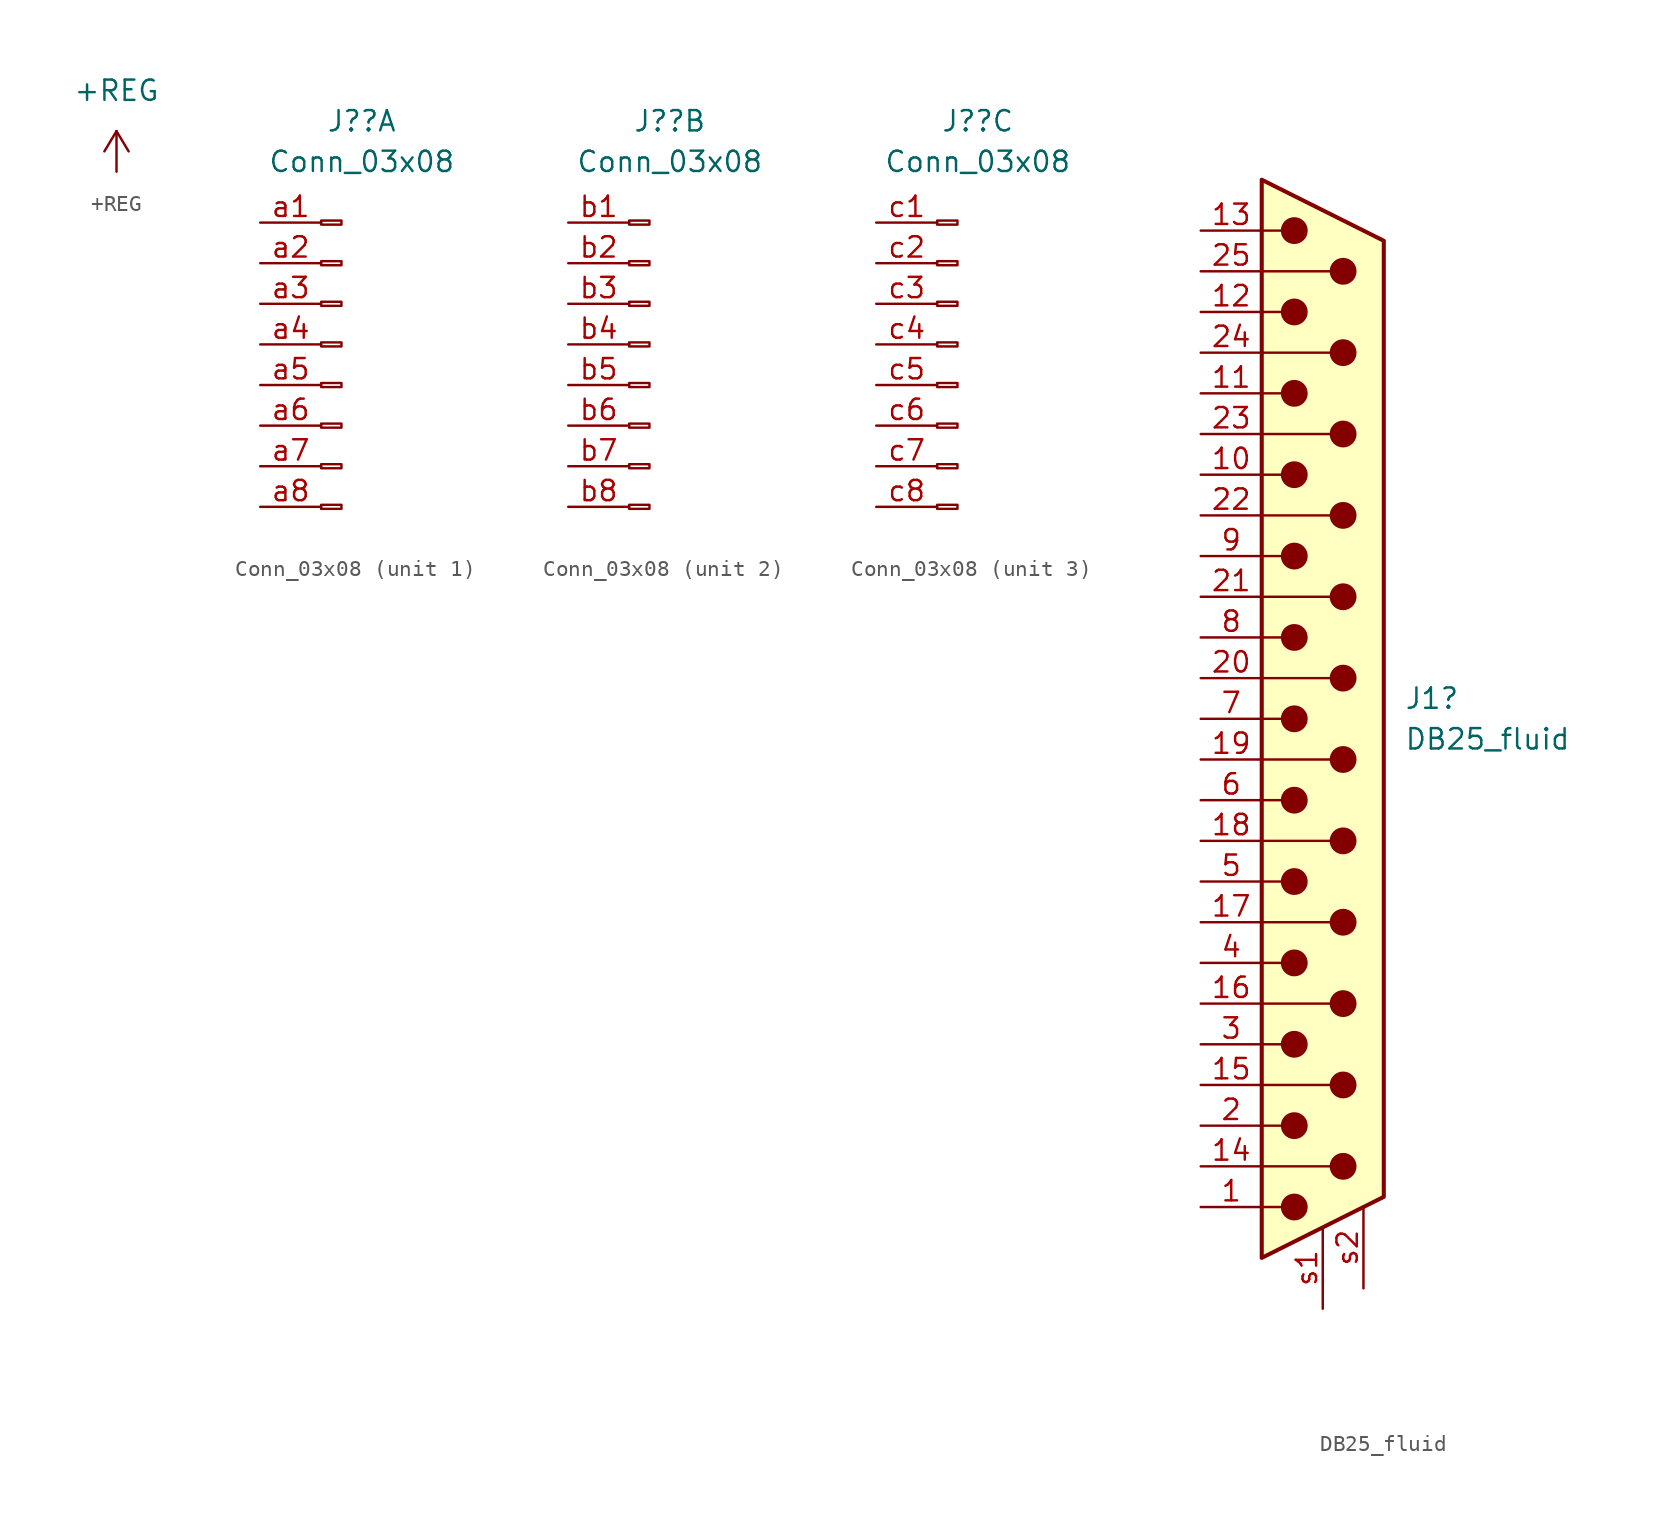
<source format=kicad_sym>
(kicad_symbol_lib
  (version 20211014)
  (generator kicad_symbol_editor)
  (symbol "+REG"
    (power)
    (pin_names
      (offset 0))
    (property "Reference" "#PWR?"
      (at 0 -3.81 0)
      (effects (font (size 1.27 1.27)) hide))
    (property "Value" "+REG"
      (at 0 5.08 0)
      (effects (font (size 1.27 1.27))))
    (symbol "+REG_0_1"
      (polyline (pts (xy -0.762 1.27) (xy 0 2.54)) (stroke (width 0) (type default) (color 0 0 0 0)) (fill (type none)))
      (polyline (pts (xy 0 0) (xy 0 2.54)) (stroke (width 0) (type default) (color 0 0 0 0)) (fill (type none)))
      (polyline (pts (xy 0 2.54) (xy 0.762 1.27)) (stroke (width 0) (type default) (color 0 0 0 0)) (fill (type none))))
    (symbol "+REG_1_1"
      (pin power_in line (at 0 0 90) (length 0) hide (name "+RAW" (effects (font (size 1.27 1.27)))) (number "1" (effects (font (size 1.27 1.27)))))))
  (symbol "Conn_03x08"
    (pin_names
      (offset 1.016) hide)
    (property "Reference" "J?"
      (at 1.27 13.97 0)
      (effects (font (size 1.27 1.27))))
    (property "Value" "Conn_03x08"
      (at 1.27 11.43 0)
      (effects (font (size 1.27 1.27))))
    (symbol "Conn_03x08_1_1"
      (rectangle (start -1.27 -10.033) (end 0 -10.287) (stroke (width 0.152) (type default) (color 0 0 0 0)) (fill (type none)))
      (rectangle (start -1.27 -7.493) (end 0 -7.747) (stroke (width 0.152) (type default) (color 0 0 0 0)) (fill (type none)))
      (rectangle (start -1.27 -4.953) (end 0 -5.207) (stroke (width 0.152) (type default) (color 0 0 0 0)) (fill (type none)))
      (rectangle (start -1.27 -2.413) (end 0 -2.667) (stroke (width 0.152) (type default) (color 0 0 0 0)) (fill (type none)))
      (rectangle (start -1.27 0.127) (end 0 -0.127) (stroke (width 0.152) (type default) (color 0 0 0 0)) (fill (type none)))
      (rectangle (start -1.27 2.667) (end 0 2.413) (stroke (width 0.152) (type default) (color 0 0 0 0)) (fill (type none)))
      (rectangle (start -1.27 5.207) (end 0 4.953) (stroke (width 0.152) (type default) (color 0 0 0 0)) (fill (type none)))
      (rectangle (start -1.27 7.747) (end 0 7.493) (stroke (width 0.152) (type default) (color 0 0 0 0)) (fill (type none)))
      (pin passive line (at -5.08 7.62 0) (length 3.81) (name "Pin_a1" (effects (font (size 1.27 1.27)))) (number "a1" (effects (font (size 1.27 1.27)))))
      (pin passive line (at -5.08 5.08 0) (length 3.81) (name "Pin_a2" (effects (font (size 1.27 1.27)))) (number "a2" (effects (font (size 1.27 1.27)))))
      (pin passive line (at -5.08 2.54 0) (length 3.81) (name "Pin_a3" (effects (font (size 1.27 1.27)))) (number "a3" (effects (font (size 1.27 1.27)))))
      (pin passive line (at -5.08 0 0) (length 3.81) (name "Pin_a4" (effects (font (size 1.27 1.27)))) (number "a4" (effects (font (size 1.27 1.27)))))
      (pin passive line (at -5.08 -2.54 0) (length 3.81) (name "Pin_a5" (effects (font (size 1.27 1.27)))) (number "a5" (effects (font (size 1.27 1.27)))))
      (pin passive line (at -5.08 -5.08 0) (length 3.81) (name "Pin_a6" (effects (font (size 1.27 1.27)))) (number "a6" (effects (font (size 1.27 1.27)))))
      (pin passive line (at -5.08 -7.62 0) (length 3.81) (name "Pin_a7" (effects (font (size 1.27 1.27)))) (number "a7" (effects (font (size 1.27 1.27)))))
      (pin passive line (at -5.08 -10.16 0) (length 3.81) (name "Pin_a8" (effects (font (size 1.27 1.27)))) (number "a8" (effects (font (size 1.27 1.27))))))
    (symbol "Conn_03x08_2_1"
      (rectangle (start 0 -10.287) (end -1.27 -10.033) (stroke (width 0.152) (type default) (color 0 0 0 0)) (fill (type none)))
      (rectangle (start 0 -7.747) (end -1.27 -7.493) (stroke (width 0.152) (type default) (color 0 0 0 0)) (fill (type none)))
      (rectangle (start 0 -5.207) (end -1.27 -4.953) (stroke (width 0.152) (type default) (color 0 0 0 0)) (fill (type none)))
      (rectangle (start 0 -2.667) (end -1.27 -2.413) (stroke (width 0.152) (type default) (color 0 0 0 0)) (fill (type none)))
      (rectangle (start 0 -0.127) (end -1.27 0.127) (stroke (width 0.152) (type default) (color 0 0 0 0)) (fill (type none)))
      (rectangle (start 0 2.413) (end -1.27 2.667) (stroke (width 0.152) (type default) (color 0 0 0 0)) (fill (type none)))
      (rectangle (start 0 4.953) (end -1.27 5.207) (stroke (width 0.152) (type default) (color 0 0 0 0)) (fill (type none)))
      (rectangle (start 0 7.493) (end -1.27 7.747) (stroke (width 0.152) (type default) (color 0 0 0 0)) (fill (type none)))
      (pin passive line (at -5.08 7.62 0) (length 3.81) (name "Pin_b1" (effects (font (size 1.27 1.27)))) (number "b1" (effects (font (size 1.27 1.27)))))
      (pin passive line (at -5.08 5.08 0) (length 3.81) (name "Pin_b2" (effects (font (size 1.27 1.27)))) (number "b2" (effects (font (size 1.27 1.27)))))
      (pin passive line (at -5.08 2.54 0) (length 3.81) (name "Pin_b3" (effects (font (size 1.27 1.27)))) (number "b3" (effects (font (size 1.27 1.27)))))
      (pin passive line (at -5.08 0 0) (length 3.81) (name "Pin_b4" (effects (font (size 1.27 1.27)))) (number "b4" (effects (font (size 1.27 1.27)))))
      (pin passive line (at -5.08 -2.54 0) (length 3.81) (name "Pin_b5" (effects (font (size 1.27 1.27)))) (number "b5" (effects (font (size 1.27 1.27)))))
      (pin passive line (at -5.08 -5.08 0) (length 3.81) (name "Pin_b6" (effects (font (size 1.27 1.27)))) (number "b6" (effects (font (size 1.27 1.27)))))
      (pin passive line (at -5.08 -7.62 0) (length 3.81) (name "Pin_b7" (effects (font (size 1.27 1.27)))) (number "b7" (effects (font (size 1.27 1.27)))))
      (pin passive line (at -5.08 -10.16 0) (length 3.81) (name "Pin_b8" (effects (font (size 1.27 1.27)))) (number "b8" (effects (font (size 1.27 1.27))))))
    (symbol "Conn_03x08_3_1"
      (rectangle (start -1.27 -10.033) (end 0 -10.287) (stroke (width 0.152) (type default) (color 0 0 0 0)) (fill (type none)))
      (rectangle (start -1.27 -7.493) (end 0 -7.747) (stroke (width 0.152) (type default) (color 0 0 0 0)) (fill (type none)))
      (rectangle (start -1.27 -4.953) (end 0 -5.207) (stroke (width 0.152) (type default) (color 0 0 0 0)) (fill (type none)))
      (rectangle (start -1.27 -2.413) (end 0 -2.667) (stroke (width 0.152) (type default) (color 0 0 0 0)) (fill (type none)))
      (rectangle (start -1.27 0.127) (end 0 -0.127) (stroke (width 0.152) (type default) (color 0 0 0 0)) (fill (type none)))
      (rectangle (start -1.27 2.667) (end 0 2.413) (stroke (width 0.152) (type default) (color 0 0 0 0)) (fill (type none)))
      (rectangle (start -1.27 5.207) (end 0 4.953) (stroke (width 0.152) (type default) (color 0 0 0 0)) (fill (type none)))
      (rectangle (start -1.27 7.747) (end 0 7.493) (stroke (width 0.152) (type default) (color 0 0 0 0)) (fill (type none)))
      (pin passive line (at -5.08 7.62 0) (length 3.81) (name "Pin_c1" (effects (font (size 1.27 1.27)))) (number "c1" (effects (font (size 1.27 1.27)))))
      (pin passive line (at -5.08 5.08 0) (length 3.81) (name "Pin_c2" (effects (font (size 1.27 1.27)))) (number "c2" (effects (font (size 1.27 1.27)))))
      (pin passive line (at -5.08 2.54 0) (length 3.81) (name "Pin_c3" (effects (font (size 1.27 1.27)))) (number "c3" (effects (font (size 1.27 1.27)))))
      (pin passive line (at -5.08 0 0) (length 3.81) (name "Pin_c4" (effects (font (size 1.27 1.27)))) (number "c4" (effects (font (size 1.27 1.27)))))
      (pin passive line (at -5.08 -2.54 0) (length 3.81) (name "Pin_c5" (effects (font (size 1.27 1.27)))) (number "c5" (effects (font (size 1.27 1.27)))))
      (pin passive line (at -5.08 -5.08 0) (length 3.81) (name "Pin_c6" (effects (font (size 1.27 1.27)))) (number "c6" (effects (font (size 1.27 1.27)))))
      (pin passive line (at -5.08 -7.62 0) (length 3.81) (name "Pin_c7" (effects (font (size 1.27 1.27)))) (number "c7" (effects (font (size 1.27 1.27)))))
      (pin passive line (at -5.08 -10.16 0) (length 3.81) (name "Pin_c8" (effects (font (size 1.27 1.27)))) (number "c8" (effects (font (size 1.27 1.27)))))))
  (symbol "DB25_fluid"
    (pin_names
      (offset 1.016) hide)
    (property "Reference" "J1"
      (at 5.08 1.27 0)
      (effects (font (size 1.27 1.27)) (justify left)))
    (property "Value" "DB25_fluid"
      (at 5.08 -1.27 0)
      (effects (font (size 1.27 1.27)) (justify left)))
    (symbol "DB25_fluid_0_1"
      (circle (center -1.778 -30.48) (radius 0.762) (stroke (width 0) (type default) (color 0 0 0 0)) (fill (type outline)))
      (circle (center -1.778 -25.4) (radius 0.762) (stroke (width 0) (type default) (color 0 0 0 0)) (fill (type outline)))
      (circle (center -1.778 -20.32) (radius 0.762) (stroke (width 0) (type default) (color 0 0 0 0)) (fill (type outline)))
      (circle (center -1.778 -15.24) (radius 0.762) (stroke (width 0) (type default) (color 0 0 0 0)) (fill (type outline)))
      (circle (center -1.778 -10.16) (radius 0.762) (stroke (width 0) (type default) (color 0 0 0 0)) (fill (type outline)))
      (circle (center -1.778 -5.08) (radius 0.762) (stroke (width 0) (type default) (color 0 0 0 0)) (fill (type outline)))
      (circle (center -1.778 0) (radius 0.762) (stroke (width 0) (type default) (color 0 0 0 0)) (fill (type outline)))
      (circle (center -1.778 5.08) (radius 0.762) (stroke (width 0) (type default) (color 0 0 0 0)) (fill (type outline)))
      (circle (center -1.778 10.16) (radius 0.762) (stroke (width 0) (type default) (color 0 0 0 0)) (fill (type outline)))
      (circle (center -1.778 15.24) (radius 0.762) (stroke (width 0) (type default) (color 0 0 0 0)) (fill (type outline)))
      (circle (center -1.778 20.32) (radius 0.762) (stroke (width 0) (type default) (color 0 0 0 0)) (fill (type outline)))
      (circle (center -1.778 25.4) (radius 0.762) (stroke (width 0) (type default) (color 0 0 0 0)) (fill (type outline)))
      (circle (center -1.778 30.48) (radius 0.762) (stroke (width 0) (type default) (color 0 0 0 0)) (fill (type outline)))
      (polyline (pts (xy -3.81 -30.48) (xy -2.54 -30.48)) (stroke (width 0) (type default) (color 0 0 0 0)) (fill (type none)))
      (polyline (pts (xy -3.81 -27.94) (xy 0.508 -27.94)) (stroke (width 0) (type default) (color 0 0 0 0)) (fill (type none)))
      (polyline (pts (xy -3.81 -25.4) (xy -2.54 -25.4)) (stroke (width 0) (type default) (color 0 0 0 0)) (fill (type none)))
      (polyline (pts (xy -3.81 -22.86) (xy 0.508 -22.86)) (stroke (width 0) (type default) (color 0 0 0 0)) (fill (type none)))
      (polyline (pts (xy -3.81 -20.32) (xy -2.54 -20.32)) (stroke (width 0) (type default) (color 0 0 0 0)) (fill (type none)))
      (polyline (pts (xy -3.81 -17.78) (xy 0.508 -17.78)) (stroke (width 0) (type default) (color 0 0 0 0)) (fill (type none)))
      (polyline (pts (xy -3.81 -15.24) (xy -2.54 -15.24)) (stroke (width 0) (type default) (color 0 0 0 0)) (fill (type none)))
      (polyline (pts (xy -3.81 -12.7) (xy 0.508 -12.7)) (stroke (width 0) (type default) (color 0 0 0 0)) (fill (type none)))
      (polyline (pts (xy -3.81 -10.16) (xy -2.54 -10.16)) (stroke (width 0) (type default) (color 0 0 0 0)) (fill (type none)))
      (polyline (pts (xy -3.81 -7.62) (xy 0.508 -7.62)) (stroke (width 0) (type default) (color 0 0 0 0)) (fill (type none)))
      (polyline (pts (xy -3.81 -5.08) (xy -2.54 -5.08)) (stroke (width 0) (type default) (color 0 0 0 0)) (fill (type none)))
      (polyline (pts (xy -3.81 -2.54) (xy 0.508 -2.54)) (stroke (width 0) (type default) (color 0 0 0 0)) (fill (type none)))
      (polyline (pts (xy -3.81 0) (xy -2.54 0)) (stroke (width 0) (type default) (color 0 0 0 0)) (fill (type none)))
      (polyline (pts (xy -3.81 2.54) (xy 0.508 2.54)) (stroke (width 0) (type default) (color 0 0 0 0)) (fill (type none)))
      (polyline (pts (xy -3.81 5.08) (xy -2.54 5.08)) (stroke (width 0) (type default) (color 0 0 0 0)) (fill (type none)))
      (polyline (pts (xy -3.81 7.62) (xy 0.508 7.62)) (stroke (width 0) (type default) (color 0 0 0 0)) (fill (type none)))
      (polyline (pts (xy -3.81 10.16) (xy -2.54 10.16)) (stroke (width 0) (type default) (color 0 0 0 0)) (fill (type none)))
      (polyline (pts (xy -3.81 12.7) (xy 0.508 12.7)) (stroke (width 0) (type default) (color 0 0 0 0)) (fill (type none)))
      (polyline (pts (xy -3.81 15.24) (xy -2.54 15.24)) (stroke (width 0) (type default) (color 0 0 0 0)) (fill (type none)))
      (polyline (pts (xy -3.81 17.78) (xy 0.508 17.78)) (stroke (width 0) (type default) (color 0 0 0 0)) (fill (type none)))
      (polyline (pts (xy -3.81 20.32) (xy -2.54 20.32)) (stroke (width 0) (type default) (color 0 0 0 0)) (fill (type none)))
      (polyline (pts (xy -3.81 22.86) (xy 0.508 22.86)) (stroke (width 0) (type default) (color 0 0 0 0)) (fill (type none)))
      (polyline (pts (xy -3.81 25.4) (xy -2.54 25.4)) (stroke (width 0) (type default) (color 0 0 0 0)) (fill (type none)))
      (polyline (pts (xy -3.81 27.94) (xy 0.508 27.94)) (stroke (width 0) (type default) (color 0 0 0 0)) (fill (type none)))
      (polyline (pts (xy -3.81 30.48) (xy -2.54 30.48)) (stroke (width 0) (type default) (color 0 0 0 0)) (fill (type none)))
      (polyline (pts (xy -3.81 -33.655) (xy 3.81 -29.845) (xy 3.81 29.845) (xy -3.81 33.655) (xy -3.81 -33.655)) (stroke (width 0.254) (type default) (color 0 0 0 0)) (fill (type background)))
      (circle (center 1.27 -27.94) (radius 0.762) (stroke (width 0) (type default) (color 0 0 0 0)) (fill (type outline)))
      (circle (center 1.27 -22.86) (radius 0.762) (stroke (width 0) (type default) (color 0 0 0 0)) (fill (type outline)))
      (circle (center 1.27 -17.78) (radius 0.762) (stroke (width 0) (type default) (color 0 0 0 0)) (fill (type outline)))
      (circle (center 1.27 -12.7) (radius 0.762) (stroke (width 0) (type default) (color 0 0 0 0)) (fill (type outline)))
      (circle (center 1.27 -7.62) (radius 0.762) (stroke (width 0) (type default) (color 0 0 0 0)) (fill (type outline)))
      (circle (center 1.27 -2.54) (radius 0.762) (stroke (width 0) (type default) (color 0 0 0 0)) (fill (type outline)))
      (circle (center 1.27 2.54) (radius 0.762) (stroke (width 0) (type default) (color 0 0 0 0)) (fill (type outline)))
      (circle (center 1.27 7.62) (radius 0.762) (stroke (width 0) (type default) (color 0 0 0 0)) (fill (type outline)))
      (circle (center 1.27 12.7) (radius 0.762) (stroke (width 0) (type default) (color 0 0 0 0)) (fill (type outline)))
      (circle (center 1.27 17.78) (radius 0.762) (stroke (width 0) (type default) (color 0 0 0 0)) (fill (type outline)))
      (circle (center 1.27 22.86) (radius 0.762) (stroke (width 0) (type default) (color 0 0 0 0)) (fill (type outline)))
      (circle (center 1.27 27.94) (radius 0.762) (stroke (width 0) (type default) (color 0 0 0 0)) (fill (type outline))))
    (symbol "DB25_fluid_1_1"
      (pin passive line (at -7.62 -30.48 0) (length 3.81) (name "1" (effects (font (size 1.27 1.27)))) (number "1" (effects (font (size 1.27 1.27)))))
      (pin passive line (at -7.62 15.24 0) (length 3.81) (name "10" (effects (font (size 1.27 1.27)))) (number "10" (effects (font (size 1.27 1.27)))))
      (pin passive line (at -7.62 20.32 0) (length 3.81) (name "11" (effects (font (size 1.27 1.27)))) (number "11" (effects (font (size 1.27 1.27)))))
      (pin passive line (at -7.62 25.4 0) (length 3.81) (name "12" (effects (font (size 1.27 1.27)))) (number "12" (effects (font (size 1.27 1.27)))))
      (pin passive line (at -7.62 30.48 0) (length 3.81) (name "13" (effects (font (size 1.27 1.27)))) (number "13" (effects (font (size 1.27 1.27)))))
      (pin passive line (at -7.62 -27.94 0) (length 3.81) (name "P14" (effects (font (size 1.27 1.27)))) (number "14" (effects (font (size 1.27 1.27)))))
      (pin passive line (at -7.62 -22.86 0) (length 3.81) (name "P15" (effects (font (size 1.27 1.27)))) (number "15" (effects (font (size 1.27 1.27)))))
      (pin passive line (at -7.62 -17.78 0) (length 3.81) (name "P16" (effects (font (size 1.27 1.27)))) (number "16" (effects (font (size 1.27 1.27)))))
      (pin passive line (at -7.62 -12.7 0) (length 3.81) (name "P17" (effects (font (size 1.27 1.27)))) (number "17" (effects (font (size 1.27 1.27)))))
      (pin passive line (at -7.62 -7.62 0) (length 3.81) (name "P18" (effects (font (size 1.27 1.27)))) (number "18" (effects (font (size 1.27 1.27)))))
      (pin passive line (at -7.62 -2.54 0) (length 3.81) (name "P19" (effects (font (size 1.27 1.27)))) (number "19" (effects (font (size 1.27 1.27)))))
      (pin passive line (at -7.62 -25.4 0) (length 3.81) (name "2" (effects (font (size 1.27 1.27)))) (number "2" (effects (font (size 1.27 1.27)))))
      (pin passive line (at -7.62 2.54 0) (length 3.81) (name "P20" (effects (font (size 1.27 1.27)))) (number "20" (effects (font (size 1.27 1.27)))))
      (pin passive line (at -7.62 7.62 0) (length 3.81) (name "P21" (effects (font (size 1.27 1.27)))) (number "21" (effects (font (size 1.27 1.27)))))
      (pin passive line (at -7.62 12.7 0) (length 3.81) (name "P22" (effects (font (size 1.27 1.27)))) (number "22" (effects (font (size 1.27 1.27)))))
      (pin passive line (at -7.62 17.78 0) (length 3.81) (name "P23" (effects (font (size 1.27 1.27)))) (number "23" (effects (font (size 1.27 1.27)))))
      (pin passive line (at -7.62 22.86 0) (length 3.81) (name "P24" (effects (font (size 1.27 1.27)))) (number "24" (effects (font (size 1.27 1.27)))))
      (pin passive line (at -7.62 27.94 0) (length 3.81) (name "P25" (effects (font (size 1.27 1.27)))) (number "25" (effects (font (size 1.27 1.27)))))
      (pin passive line (at -7.62 -20.32 0) (length 3.81) (name "3" (effects (font (size 1.27 1.27)))) (number "3" (effects (font (size 1.27 1.27)))))
      (pin passive line (at -7.62 -15.24 0) (length 3.81) (name "4" (effects (font (size 1.27 1.27)))) (number "4" (effects (font (size 1.27 1.27)))))
      (pin passive line (at -7.62 -10.16 0) (length 3.81) (name "5" (effects (font (size 1.27 1.27)))) (number "5" (effects (font (size 1.27 1.27)))))
      (pin passive line (at -7.62 -5.08 0) (length 3.81) (name "6" (effects (font (size 1.27 1.27)))) (number "6" (effects (font (size 1.27 1.27)))))
      (pin passive line (at -7.62 0 0) (length 3.81) (name "7" (effects (font (size 1.27 1.27)))) (number "7" (effects (font (size 1.27 1.27)))))
      (pin passive line (at -7.62 5.08 0) (length 3.81) (name "8" (effects (font (size 1.27 1.27)))) (number "8" (effects (font (size 1.27 1.27)))))
      (pin passive line (at -7.62 10.16 0) (length 3.81) (name "9" (effects (font (size 1.27 1.27)))) (number "9" (effects (font (size 1.27 1.27)))))
      (pin passive line (at 0 -36.83 90) (length 5.08) (name "" (effects (font (size 1.27 1.27)))) (number "s1" (effects (font (size 1.27 1.27)))))
      (pin passive line (at 2.54 -35.56 90) (length 5.08) (name "" (effects (font (size 1.27 1.27)))) (number "s2" (effects (font (size 1.27 1.27))))))))
</source>
